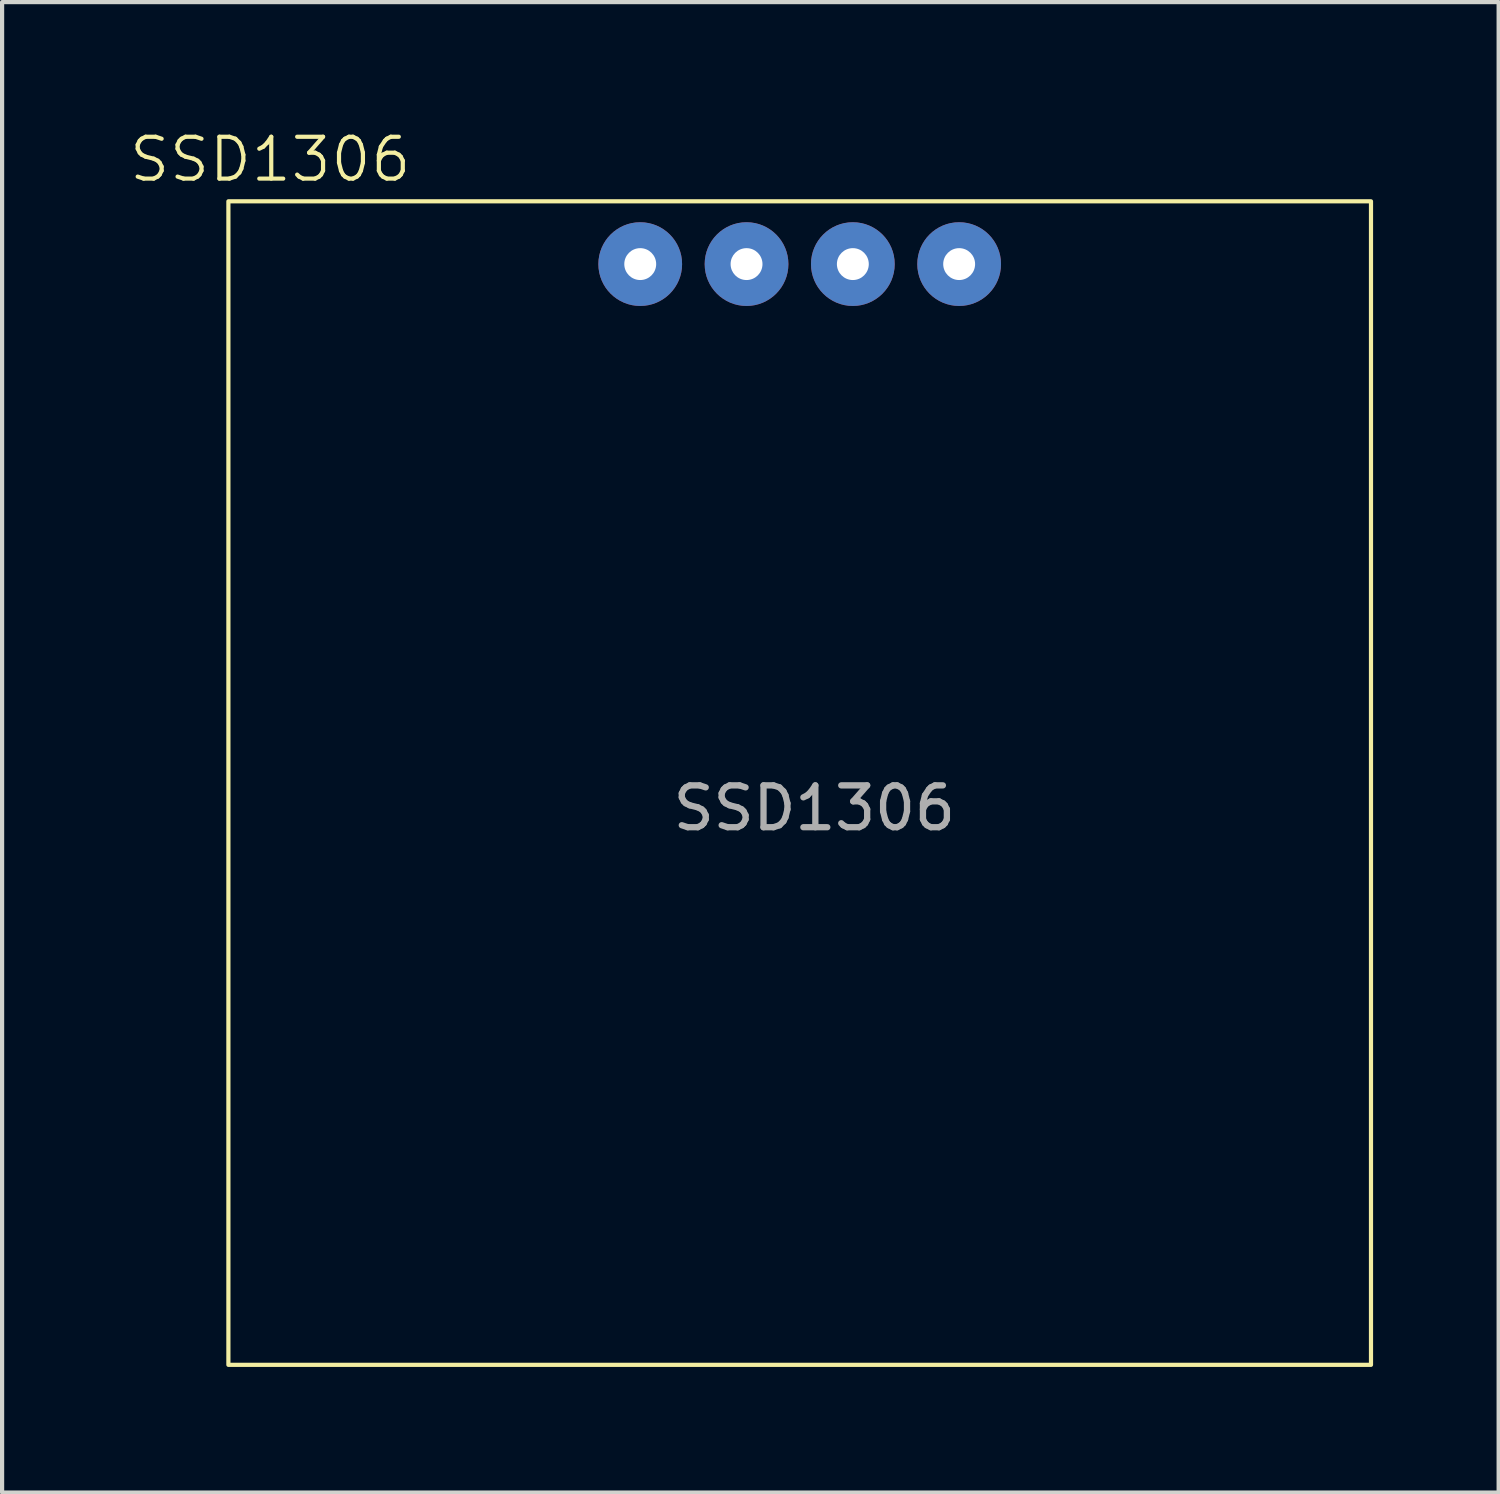
<source format=kicad_pcb>
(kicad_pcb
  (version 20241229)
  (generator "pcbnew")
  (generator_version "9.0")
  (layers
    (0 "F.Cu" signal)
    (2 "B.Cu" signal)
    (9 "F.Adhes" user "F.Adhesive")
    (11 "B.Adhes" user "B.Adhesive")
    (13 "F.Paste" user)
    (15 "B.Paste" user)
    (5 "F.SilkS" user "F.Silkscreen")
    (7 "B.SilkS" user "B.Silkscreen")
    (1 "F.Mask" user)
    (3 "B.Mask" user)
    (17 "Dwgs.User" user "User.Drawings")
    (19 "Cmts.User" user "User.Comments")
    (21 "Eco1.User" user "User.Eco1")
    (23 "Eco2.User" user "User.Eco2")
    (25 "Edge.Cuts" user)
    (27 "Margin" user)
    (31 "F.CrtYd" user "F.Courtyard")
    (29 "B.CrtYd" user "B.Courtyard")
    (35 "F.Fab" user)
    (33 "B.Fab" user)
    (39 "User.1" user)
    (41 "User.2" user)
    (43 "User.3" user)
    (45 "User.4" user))
  (footprint "SSD1306"
    (layer "F.Cu")
    (at 2.407 1.76)
    (property "Reference" "SSD1306" (at 1 -1 0) (unlocked yes) (layer "F.SilkS") (effects (font (size 1 1) (thickness 0.1))))
    (attr through_hole)
    (fp_rect (start 0 0) (end 27.3 27.8) (stroke (width 0.1) (type default)) (fill no) (layer "F.SilkS"))
    (fp_text user "${REFERENCE}" (at 14 14.5 0) (unlocked yes) (layer "F.Fab") (effects (font (size 1 1) (thickness 0.15))))
    (pad "1" thru_hole circle (at 9.84 1.5) (size 2 2) (drill 0.762) (layers "*.Cu" "*.Mask"))
    (pad "2" thru_hole circle (at 12.38 1.5) (size 2 2) (drill 0.762) (layers "*.Cu" "*.Mask"))
    (pad "3" thru_hole circle (at 14.92 1.5) (size 2 2) (drill 0.762) (layers "*.Cu" "*.Mask"))
    (pad "4" thru_hole circle (at 17.46 1.5) (size 2 2) (drill 0.762) (layers "*.Cu" "*.Mask")))
  (gr_rect
    (start -3 -3)
    (end 32.757 32.611)
    (stroke (width 0.1) (type default))
    (fill no)
    (layer "Edge.Cuts")))
</source>
